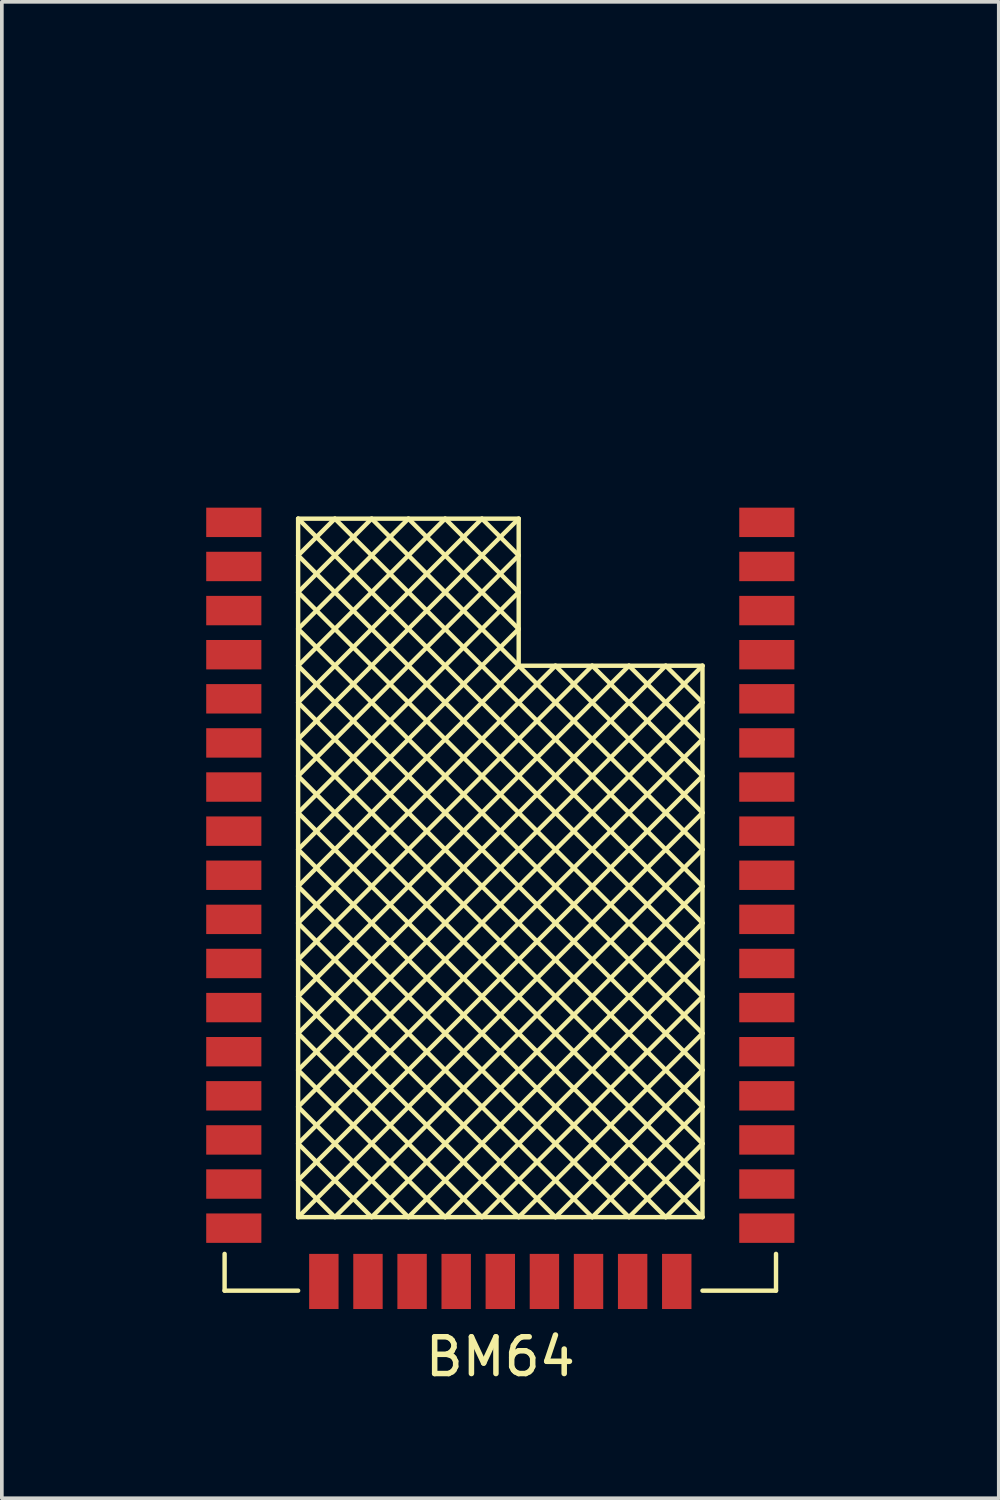
<source format=kicad_pcb>
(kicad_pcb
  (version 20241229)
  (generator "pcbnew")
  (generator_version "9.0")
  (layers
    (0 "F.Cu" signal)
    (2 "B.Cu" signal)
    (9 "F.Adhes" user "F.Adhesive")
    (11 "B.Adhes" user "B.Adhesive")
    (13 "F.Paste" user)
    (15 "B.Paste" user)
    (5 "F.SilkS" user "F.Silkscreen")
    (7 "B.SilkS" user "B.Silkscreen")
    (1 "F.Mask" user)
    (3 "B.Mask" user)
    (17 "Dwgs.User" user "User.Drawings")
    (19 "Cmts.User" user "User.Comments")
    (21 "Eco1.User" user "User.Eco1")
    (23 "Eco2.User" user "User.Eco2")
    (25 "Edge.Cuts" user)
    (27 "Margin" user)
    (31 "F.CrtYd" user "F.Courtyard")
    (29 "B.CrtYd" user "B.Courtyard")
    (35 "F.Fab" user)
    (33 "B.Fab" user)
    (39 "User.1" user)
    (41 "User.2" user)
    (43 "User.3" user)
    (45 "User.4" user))
  (footprint "BM64"
    (layer "F.Cu")
    (at 3.06 32.06)
    (property "Reference" "BM64" (at 7.5 1.8 0) (layer "F.SilkS") (effects (font (size 1 1) (thickness 0.15))))
    (attr through_hole)
    (fp_line (start 0 0) (end 0 -1) (stroke (width 0.12) (type solid)) (layer "F.SilkS"))
    (fp_line (start 0 0) (end 2 0) (stroke (width 0.12) (type solid)) (layer "F.SilkS"))
    (fp_line (start 2 -21) (end 2 -2) (stroke (width 0.12) (type solid)) (layer "F.SilkS"))
    (fp_line (start 2 -21) (end 13 -10) (stroke (width 0.12) (type solid)) (layer "F.SilkS"))
    (fp_line (start 2 -20) (end 3 -21) (stroke (width 0.12) (type solid)) (layer "F.SilkS"))
    (fp_line (start 2 -20) (end 13 -9) (stroke (width 0.12) (type solid)) (layer "F.SilkS"))
    (fp_line (start 2 -19) (end 4 -21) (stroke (width 0.12) (type solid)) (layer "F.SilkS"))
    (fp_line (start 2 -19) (end 13 -8) (stroke (width 0.12) (type solid)) (layer "F.SilkS"))
    (fp_line (start 2 -18) (end 5 -21) (stroke (width 0.12) (type solid)) (layer "F.SilkS"))
    (fp_line (start 2 -18) (end 13 -7) (stroke (width 0.12) (type solid)) (layer "F.SilkS"))
    (fp_line (start 2 -17) (end 6 -21) (stroke (width 0.12) (type solid)) (layer "F.SilkS"))
    (fp_line (start 2 -17) (end 13 -6) (stroke (width 0.12) (type solid)) (layer "F.SilkS"))
    (fp_line (start 2 -16) (end 7 -21) (stroke (width 0.12) (type solid)) (layer "F.SilkS"))
    (fp_line (start 2 -16) (end 13 -5) (stroke (width 0.12) (type solid)) (layer "F.SilkS"))
    (fp_line (start 2 -15) (end 8 -21) (stroke (width 0.12) (type solid)) (layer "F.SilkS"))
    (fp_line (start 2 -15) (end 13 -4) (stroke (width 0.12) (type solid)) (layer "F.SilkS"))
    (fp_line (start 2 -14) (end 8 -20) (stroke (width 0.12) (type solid)) (layer "F.SilkS"))
    (fp_line (start 2 -14) (end 13 -3) (stroke (width 0.12) (type solid)) (layer "F.SilkS"))
    (fp_line (start 2 -13) (end 8 -19) (stroke (width 0.12) (type solid)) (layer "F.SilkS"))
    (fp_line (start 2 -13) (end 13 -2) (stroke (width 0.12) (type solid)) (layer "F.SilkS"))
    (fp_line (start 2 -12) (end 8 -18) (stroke (width 0.12) (type solid)) (layer "F.SilkS"))
    (fp_line (start 2 -12) (end 12 -2) (stroke (width 0.12) (type solid)) (layer "F.SilkS"))
    (fp_line (start 2 -11) (end 8 -17) (stroke (width 0.12) (type solid)) (layer "F.SilkS"))
    (fp_line (start 2 -11) (end 11 -2) (stroke (width 0.12) (type solid)) (layer "F.SilkS"))
    (fp_line (start 2 -10) (end 9 -17) (stroke (width 0.12) (type solid)) (layer "F.SilkS"))
    (fp_line (start 2 -10) (end 10 -2) (stroke (width 0.12) (type solid)) (layer "F.SilkS"))
    (fp_line (start 2 -9) (end 9 -2) (stroke (width 0.12) (type solid)) (layer "F.SilkS"))
    (fp_line (start 2 -9) (end 10 -17) (stroke (width 0.12) (type solid)) (layer "F.SilkS"))
    (fp_line (start 2 -8) (end 8 -2) (stroke (width 0.12) (type solid)) (layer "F.SilkS"))
    (fp_line (start 2 -8) (end 11 -17) (stroke (width 0.12) (type solid)) (layer "F.SilkS"))
    (fp_line (start 2 -7) (end 7 -2) (stroke (width 0.12) (type solid)) (layer "F.SilkS"))
    (fp_line (start 2 -7) (end 12 -17) (stroke (width 0.12) (type solid)) (layer "F.SilkS"))
    (fp_line (start 2 -6) (end 6 -2) (stroke (width 0.12) (type solid)) (layer "F.SilkS"))
    (fp_line (start 2 -6) (end 13 -17) (stroke (width 0.12) (type solid)) (layer "F.SilkS"))
    (fp_line (start 2 -5) (end 5 -2) (stroke (width 0.12) (type solid)) (layer "F.SilkS"))
    (fp_line (start 2 -5) (end 13 -16) (stroke (width 0.12) (type solid)) (layer "F.SilkS"))
    (fp_line (start 2 -4) (end 4 -2) (stroke (width 0.12) (type solid)) (layer "F.SilkS"))
    (fp_line (start 2 -4) (end 13 -15) (stroke (width 0.12) (type solid)) (layer "F.SilkS"))
    (fp_line (start 2 -3) (end 3 -2) (stroke (width 0.12) (type solid)) (layer "F.SilkS"))
    (fp_line (start 2 -3) (end 13 -14) (stroke (width 0.12) (type solid)) (layer "F.SilkS"))
    (fp_line (start 2 -2) (end 13 -13) (stroke (width 0.12) (type solid)) (layer "F.SilkS"))
    (fp_line (start 2 -2) (end 13 -2) (stroke (width 0.12) (type solid)) (layer "F.SilkS"))
    (fp_line (start 3 -21) (end 13 -11) (stroke (width 0.12) (type solid)) (layer "F.SilkS"))
    (fp_line (start 3 -2) (end 13 -12) (stroke (width 0.12) (type solid)) (layer "F.SilkS"))
    (fp_line (start 4 -21) (end 13 -12) (stroke (width 0.12) (type solid)) (layer "F.SilkS"))
    (fp_line (start 4 -2) (end 13 -11) (stroke (width 0.12) (type solid)) (layer "F.SilkS"))
    (fp_line (start 5 -21) (end 8 -18) (stroke (width 0.12) (type solid)) (layer "F.SilkS"))
    (fp_line (start 5 -2) (end 13 -10) (stroke (width 0.12) (type solid)) (layer "F.SilkS"))
    (fp_line (start 6 -21) (end 8 -19) (stroke (width 0.12) (type solid)) (layer "F.SilkS"))
    (fp_line (start 6 -2) (end 13 -9) (stroke (width 0.12) (type solid)) (layer "F.SilkS"))
    (fp_line (start 7 -21) (end 8 -20) (stroke (width 0.12) (type solid)) (layer "F.SilkS"))
    (fp_line (start 7 -2) (end 13 -8) (stroke (width 0.12) (type solid)) (layer "F.SilkS"))
    (fp_line (start 8 -21) (end 2 -21) (stroke (width 0.12) (type solid)) (layer "F.SilkS"))
    (fp_line (start 8 -17) (end 8 -21) (stroke (width 0.12) (type solid)) (layer "F.SilkS"))
    (fp_line (start 8 -2) (end 13 -7) (stroke (width 0.12) (type solid)) (layer "F.SilkS"))
    (fp_line (start 9 -17) (end 13 -13) (stroke (width 0.12) (type solid)) (layer "F.SilkS"))
    (fp_line (start 9 -2) (end 13 -6) (stroke (width 0.12) (type solid)) (layer "F.SilkS"))
    (fp_line (start 10 -17) (end 13 -14) (stroke (width 0.12) (type solid)) (layer "F.SilkS"))
    (fp_line (start 10 -2) (end 13 -5) (stroke (width 0.12) (type solid)) (layer "F.SilkS"))
    (fp_line (start 11 -17) (end 13 -15) (stroke (width 0.12) (type solid)) (layer "F.SilkS"))
    (fp_line (start 11 -2) (end 13 -4) (stroke (width 0.12) (type solid)) (layer "F.SilkS"))
    (fp_line (start 12 -17) (end 13 -16) (stroke (width 0.12) (type solid)) (layer "F.SilkS"))
    (fp_line (start 12 -2) (end 13 -3) (stroke (width 0.12) (type solid)) (layer "F.SilkS"))
    (fp_line (start 13 -17) (end 8 -17) (stroke (width 0.12) (type solid)) (layer "F.SilkS"))
    (fp_line (start 13 -2) (end 13 -17) (stroke (width 0.12) (type solid)) (layer "F.SilkS"))
    (fp_line (start 13 0) (end 15 0) (stroke (width 0.12) (type solid)) (layer "F.SilkS"))
    (fp_line (start 15 0) (end 15 -1) (stroke (width 0.12) (type solid)) (layer "F.SilkS"))
    (fp_line (start -0.5 -32) (end -3 -32) (stroke (width 0.12) (type solid)) (layer "Eco2.User"))
    (fp_line (start -0.5 -22) (end -0.5 -32) (stroke (width 0.12) (type solid)) (layer "Eco2.User"))
    (fp_line (start -0.5 -22) (end 8.9 -22) (stroke (width 0.12) (type solid)) (layer "Eco2.User"))
    (fp_line (start 8.9 -22) (end 8.9 -18) (stroke (width 0.12) (type solid)) (layer "Eco2.User"))
    (fp_line (start 8.9 -18) (end 13.9 -18) (stroke (width 0.12) (type solid)) (layer "Eco2.User"))
    (fp_line (start 13.9 -22) (end 15.5 -22) (stroke (width 0.12) (type solid)) (layer "Eco2.User"))
    (fp_line (start 13.9 -18) (end 13.9 -22) (stroke (width 0.12) (type solid)) (layer "Eco2.User"))
    (fp_line (start 15.5 -32) (end 18 -32) (stroke (width 0.12) (type solid)) (layer "Eco2.User"))
    (fp_line (start 15.5 -22) (end 15.5 -32) (stroke (width 0.12) (type solid)) (layer "Eco2.User"))
    (pad "1" smd rect (at 0.25 -20.9) (size 1.5 0.8) (layers "F.Cu" "F.Mask" "F.Paste"))
    (pad "2" smd rect (at 0.25 -19.7) (size 1.5 0.8) (layers "F.Cu" "F.Mask" "F.Paste"))
    (pad "3" smd rect (at 0.25 -18.5) (size 1.5 0.8) (layers "F.Cu" "F.Mask" "F.Paste"))
    (pad "4" smd rect (at 0.25 -17.3) (size 1.5 0.8) (layers "F.Cu" "F.Mask" "F.Paste"))
    (pad "5" smd rect (at 0.25 -16.1) (size 1.5 0.8) (layers "F.Cu" "F.Mask" "F.Paste"))
    (pad "6" smd rect (at 0.25 -14.9) (size 1.5 0.8) (layers "F.Cu" "F.Mask" "F.Paste"))
    (pad "7" smd rect (at 0.25 -13.7) (size 1.5 0.8) (layers "F.Cu" "F.Mask" "F.Paste"))
    (pad "8" smd rect (at 0.25 -12.5) (size 1.5 0.8) (layers "F.Cu" "F.Mask" "F.Paste"))
    (pad "9" smd rect (at 0.25 -11.3) (size 1.5 0.8) (layers "F.Cu" "F.Mask" "F.Paste"))
    (pad "10" smd rect (at 0.25 -10.1) (size 1.5 0.8) (layers "F.Cu" "F.Mask" "F.Paste"))
    (pad "11" smd rect (at 0.25 -8.9) (size 1.5 0.8) (layers "F.Cu" "F.Mask" "F.Paste"))
    (pad "12" smd rect (at 0.25 -7.7) (size 1.5 0.8) (layers "F.Cu" "F.Mask" "F.Paste"))
    (pad "13" smd rect (at 0.25 -6.5) (size 1.5 0.8) (layers "F.Cu" "F.Mask" "F.Paste"))
    (pad "14" smd rect (at 0.25 -5.3) (size 1.5 0.8) (layers "F.Cu" "F.Mask" "F.Paste"))
    (pad "15" smd rect (at 0.25 -4.1) (size 1.5 0.8) (layers "F.Cu" "F.Mask" "F.Paste"))
    (pad "16" smd rect (at 0.25 -2.9) (size 1.5 0.8) (layers "F.Cu" "F.Mask" "F.Paste"))
    (pad "17" smd rect (at 0.25 -1.7) (size 1.5 0.8) (layers "F.Cu" "F.Mask" "F.Paste"))
    (pad "18" smd rect (at 2.7 -0.25) (size 0.8 1.5) (layers "F.Cu" "F.Mask" "F.Paste"))
    (pad "19" smd rect (at 3.9 -0.25) (size 0.8 1.5) (layers "F.Cu" "F.Mask" "F.Paste"))
    (pad "20" smd rect (at 5.1 -0.25) (size 0.8 1.5) (layers "F.Cu" "F.Mask" "F.Paste"))
    (pad "21" smd rect (at 6.3 -0.25) (size 0.8 1.5) (layers "F.Cu" "F.Mask" "F.Paste"))
    (pad "22" smd rect (at 7.5 -0.25) (size 0.8 1.5) (layers "F.Cu" "F.Mask" "F.Paste"))
    (pad "23" smd rect (at 8.7 -0.25) (size 0.8 1.5) (layers "F.Cu" "F.Mask" "F.Paste"))
    (pad "24" smd rect (at 9.9 -0.25) (size 0.8 1.5) (layers "F.Cu" "F.Mask" "F.Paste"))
    (pad "25" smd rect (at 11.1 -0.25) (size 0.8 1.5) (layers "F.Cu" "F.Mask" "F.Paste"))
    (pad "26" smd rect (at 12.3 -0.25) (size 0.8 1.5) (layers "F.Cu" "F.Mask" "F.Paste"))
    (pad "27" smd rect (at 14.75 -1.7) (size 1.5 0.8) (layers "F.Cu" "F.Mask" "F.Paste"))
    (pad "28" smd rect (at 14.75 -2.9) (size 1.5 0.8) (layers "F.Cu" "F.Mask" "F.Paste"))
    (pad "29" smd rect (at 14.75 -4.1) (size 1.5 0.8) (layers "F.Cu" "F.Mask" "F.Paste"))
    (pad "30" smd rect (at 14.75 -5.3) (size 1.5 0.8) (layers "F.Cu" "F.Mask" "F.Paste"))
    (pad "31" smd rect (at 14.75 -6.5) (size 1.5 0.8) (layers "F.Cu" "F.Mask" "F.Paste"))
    (pad "32" smd rect (at 14.75 -7.7) (size 1.5 0.8) (layers "F.Cu" "F.Mask" "F.Paste"))
    (pad "33" smd rect (at 14.75 -8.9) (size 1.5 0.8) (layers "F.Cu" "F.Mask" "F.Paste"))
    (pad "34" smd rect (at 14.75 -10.1) (size 1.5 0.8) (layers "F.Cu" "F.Mask" "F.Paste"))
    (pad "35" smd rect (at 14.75 -11.3) (size 1.5 0.8) (layers "F.Cu" "F.Mask" "F.Paste"))
    (pad "36" smd rect (at 14.75 -12.5) (size 1.5 0.8) (layers "F.Cu" "F.Mask" "F.Paste"))
    (pad "37" smd rect (at 14.75 -13.7) (size 1.5 0.8) (layers "F.Cu" "F.Mask" "F.Paste"))
    (pad "38" smd rect (at 14.75 -14.9) (size 1.5 0.8) (layers "F.Cu" "F.Mask" "F.Paste"))
    (pad "39" smd rect (at 14.75 -16.1) (size 1.5 0.8) (layers "F.Cu" "F.Mask" "F.Paste"))
    (pad "40" smd rect (at 14.75 -17.3) (size 1.5 0.8) (layers "F.Cu" "F.Mask" "F.Paste"))
    (pad "41" smd rect (at 14.75 -18.5) (size 1.5 0.8) (layers "F.Cu" "F.Mask" "F.Paste"))
    (pad "42" smd rect (at 14.75 -19.7) (size 1.5 0.8) (layers "F.Cu" "F.Mask" "F.Paste"))
    (pad "43" smd rect (at 14.75 -20.9) (size 1.5 0.8) (layers "F.Cu" "F.Mask" "F.Paste")))
  (gr_rect
    (start -3 -3)
    (end 24.12 37.708)
    (stroke (width 0.1) (type default))
    (fill no)
    (layer "Edge.Cuts")))
</source>
